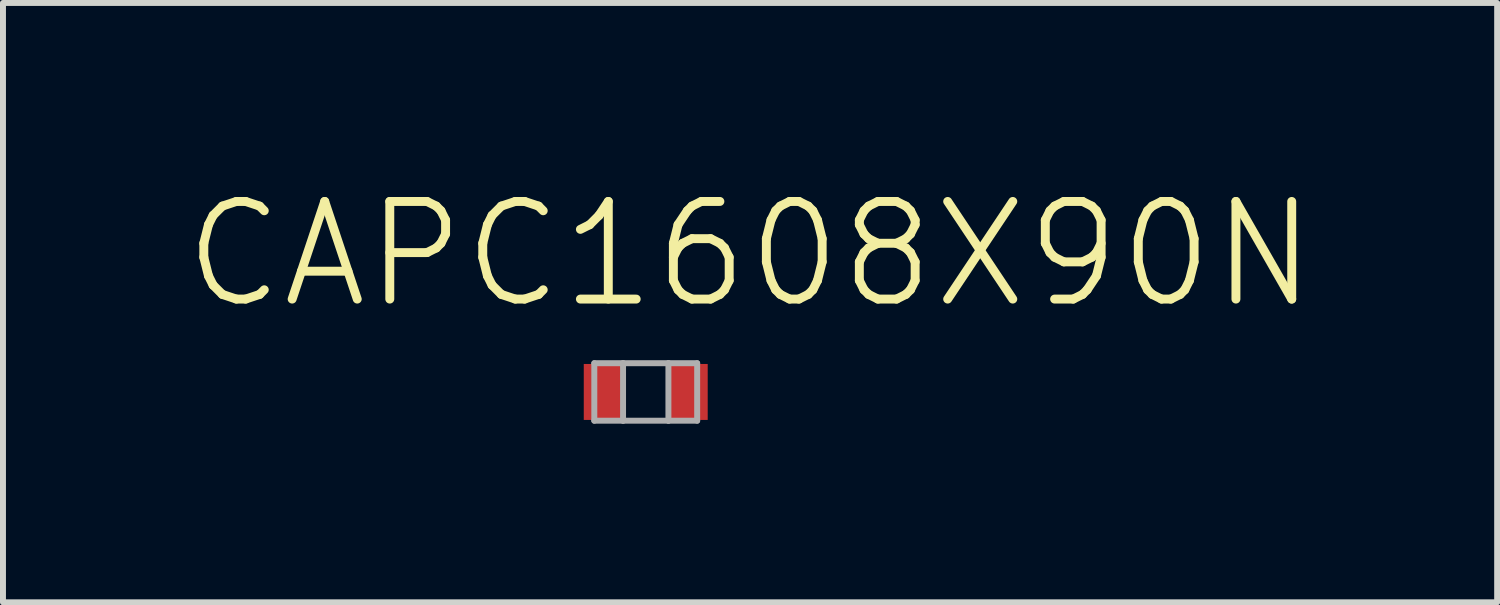
<source format=kicad_pcb>
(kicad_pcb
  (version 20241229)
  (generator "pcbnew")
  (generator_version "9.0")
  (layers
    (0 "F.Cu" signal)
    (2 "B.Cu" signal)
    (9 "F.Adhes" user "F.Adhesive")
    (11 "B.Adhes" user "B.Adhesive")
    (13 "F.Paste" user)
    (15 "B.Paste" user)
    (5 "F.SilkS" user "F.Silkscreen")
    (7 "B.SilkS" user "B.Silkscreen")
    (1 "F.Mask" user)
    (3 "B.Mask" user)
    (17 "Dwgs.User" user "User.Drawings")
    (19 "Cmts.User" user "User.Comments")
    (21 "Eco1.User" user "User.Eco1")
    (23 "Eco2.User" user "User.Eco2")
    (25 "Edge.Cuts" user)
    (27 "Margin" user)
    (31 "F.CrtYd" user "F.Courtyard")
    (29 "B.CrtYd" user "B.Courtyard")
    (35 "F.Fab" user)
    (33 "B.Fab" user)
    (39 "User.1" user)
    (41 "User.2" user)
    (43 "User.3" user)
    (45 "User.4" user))
  (footprint "CAPC1608X90N"
    (layer "F.Cu")
    (at 7.797 3.534)
    (property "Reference" "CAPC1608X90N" (at 1.753 -2.311 0) (layer "F.SilkS") (effects (font (size 1.64 1.64) (thickness 0.15))))
    (attr smd)
    (fp_line (start -0.864 -0.483) (end -0.864 0.483) (stroke (width 0.1) (type solid)) (layer "F.Fab"))
    (fp_line (start -0.864 0.483) (end -0.381 0.483) (stroke (width 0.1) (type solid)) (layer "F.Fab"))
    (fp_line (start -0.381 -0.483) (end -0.864 -0.483) (stroke (width 0.1) (type solid)) (layer "F.Fab"))
    (fp_line (start -0.381 0.483) (end -0.381 -0.483) (stroke (width 0.1) (type solid)) (layer "F.Fab"))
    (fp_line (start -0.381 0.483) (end 0.381 0.483) (stroke (width 0.1) (type solid)) (layer "F.Fab"))
    (fp_line (start 0.381 -0.483) (end -0.381 -0.483) (stroke (width 0.1) (type solid)) (layer "F.Fab"))
    (fp_line (start 0.381 -0.483) (end 0.381 0.483) (stroke (width 0.1) (type solid)) (layer "F.Fab"))
    (fp_line (start 0.381 0.483) (end 0.864 0.483) (stroke (width 0.1) (type solid)) (layer "F.Fab"))
    (fp_line (start 0.864 -0.483) (end 0.381 -0.483) (stroke (width 0.1) (type solid)) (layer "F.Fab"))
    (fp_line (start 0.864 0.483) (end 0.864 -0.483) (stroke (width 0.1) (type solid)) (layer "F.Fab"))
    (pad "1" smd rect (at -0.711 0) (size 0.66 0.94) (layers "F.Cu" "F.Mask" "F.Paste"))
    (pad "2" smd rect (at 0.711 0) (size 0.66 0.94) (layers "F.Cu" "F.Mask" "F.Paste")))
  (gr_rect
    (start -3 -3)
    (end 22.099 7.067)
    (stroke (width 0.1) (type default))
    (fill no)
    (layer "Edge.Cuts")))
</source>
